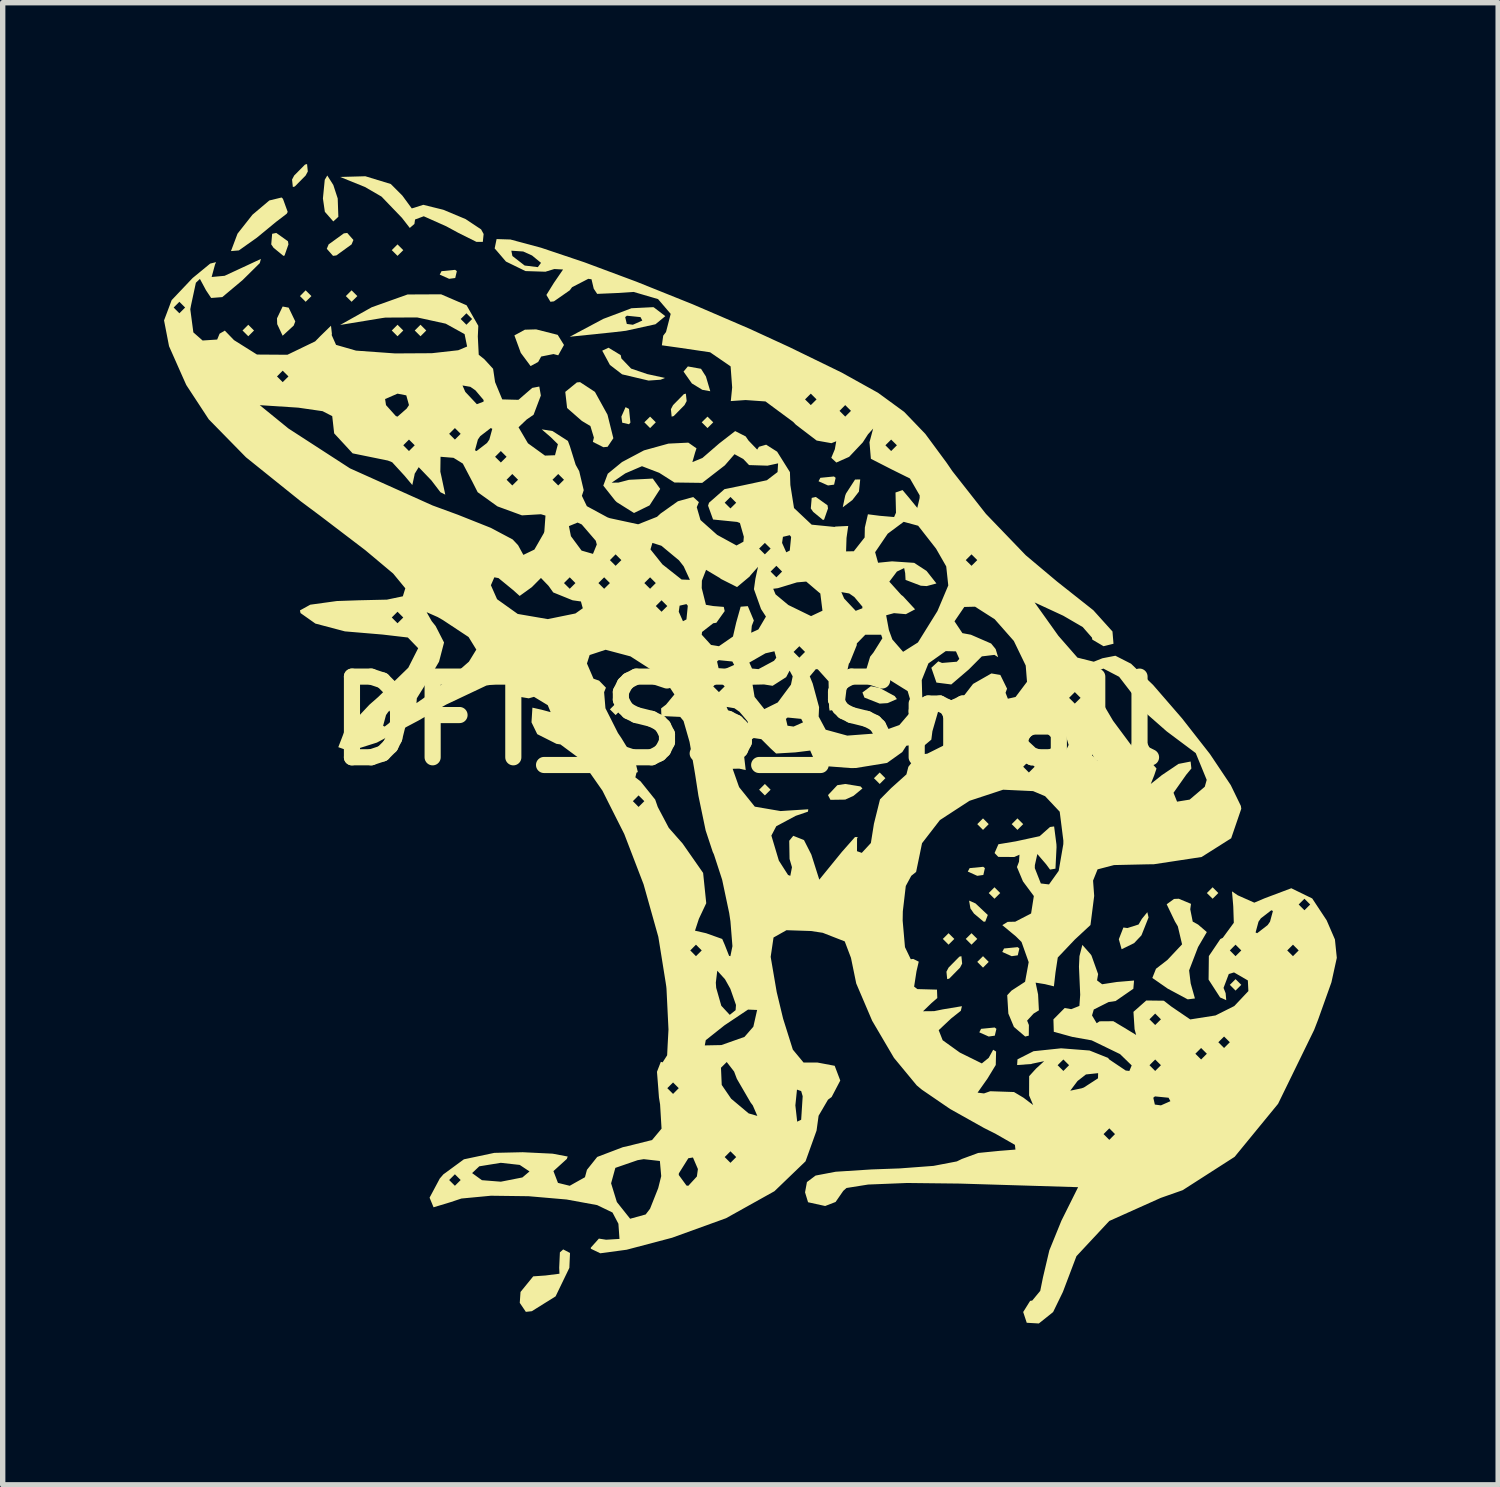
<source format=kicad_pcb>
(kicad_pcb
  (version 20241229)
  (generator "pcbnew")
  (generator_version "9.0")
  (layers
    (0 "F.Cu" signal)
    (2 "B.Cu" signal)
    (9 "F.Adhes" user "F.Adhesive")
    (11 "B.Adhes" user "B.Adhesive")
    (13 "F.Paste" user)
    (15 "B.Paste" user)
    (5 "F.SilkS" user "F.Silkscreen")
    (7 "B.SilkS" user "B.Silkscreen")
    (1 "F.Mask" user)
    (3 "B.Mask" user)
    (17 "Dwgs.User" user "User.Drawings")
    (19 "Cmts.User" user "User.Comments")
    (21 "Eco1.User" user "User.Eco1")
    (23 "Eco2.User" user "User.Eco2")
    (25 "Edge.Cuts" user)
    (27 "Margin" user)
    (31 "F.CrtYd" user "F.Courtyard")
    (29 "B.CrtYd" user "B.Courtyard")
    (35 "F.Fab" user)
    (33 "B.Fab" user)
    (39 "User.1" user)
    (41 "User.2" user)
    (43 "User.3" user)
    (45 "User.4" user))
  (footprint "DFT_SS_Small"
    (layer "F.Cu")
    (at 10.851 10.352)
    (property "Reference" "DFT_SS_Small" (at 0 0 0) (layer "F.SilkS") (effects (font (size 1.5 1.5) (thickness 0.3))))
    (attr board_only exclude_from_pos_files exclude_from_bom)
    (fp_poly (pts (xy -9.178 -7.257) (xy -9.285 -7.15) (xy -9.392 -7.257) (xy -9.285 -7.364)) (stroke (width 0) (type solid)) (fill yes) (layer "F.SilkS"))
    (fp_poly (pts (xy -8.111 -7.897) (xy -8.218 -7.791) (xy -8.324 -7.897) (xy -8.218 -8.004)) (stroke (width 0) (type solid)) (fill yes) (layer "F.SilkS"))
    (fp_poly (pts (xy -7.257 -7.897) (xy -7.364 -7.791) (xy -7.471 -7.897) (xy -7.364 -8.004)) (stroke (width 0) (type solid)) (fill yes) (layer "F.SilkS"))
    (fp_poly (pts (xy -6.403 -8.751) (xy -6.51 -8.645) (xy -6.617 -8.751) (xy -6.51 -8.858)) (stroke (width 0) (type solid)) (fill yes) (layer "F.SilkS"))
    (fp_poly (pts (xy -6.403 -7.257) (xy -6.51 -7.15) (xy -6.617 -7.257) (xy -6.51 -7.364)) (stroke (width 0) (type solid)) (fill yes) (layer "F.SilkS"))
    (fp_poly (pts (xy -5.976 -7.257) (xy -6.083 -7.15) (xy -6.19 -7.257) (xy -6.083 -7.364)) (stroke (width 0) (type solid)) (fill yes) (layer "F.SilkS"))
    (fp_poly (pts (xy -2.348 -0.213) (xy -2.455 -0.107) (xy -2.561 -0.213) (xy -2.455 -0.32)) (stroke (width 0) (type solid)) (fill yes) (layer "F.SilkS"))
    (fp_poly (pts (xy -1.708 -5.55) (xy -1.814 -5.443) (xy -1.921 -5.55) (xy -1.814 -5.656)) (stroke (width 0) (type solid)) (fill yes) (layer "F.SilkS"))
    (fp_poly (pts (xy -0.64 -5.55) (xy -0.747 -5.443) (xy -0.854 -5.55) (xy -0.747 -5.656)) (stroke (width 0) (type solid)) (fill yes) (layer "F.SilkS"))
    (fp_poly (pts (xy 0.427 1.281) (xy 0.32 1.387) (xy 0.213 1.281) (xy 0.32 1.174)) (stroke (width 0) (type solid)) (fill yes) (layer "F.SilkS"))
    (fp_poly (pts (xy 2.348 0) (xy 2.241 0.107) (xy 2.134 0) (xy 2.241 -0.107)) (stroke (width 0) (type solid)) (fill yes) (layer "F.SilkS"))
    (fp_poly (pts (xy 2.561 1.067) (xy 2.455 1.174) (xy 2.348 1.067) (xy 2.455 0.961)) (stroke (width 0) (type solid)) (fill yes) (layer "F.SilkS"))
    (fp_poly (pts (xy 3.842 4.055) (xy 3.735 4.162) (xy 3.629 4.055) (xy 3.735 3.949)) (stroke (width 0) (type solid)) (fill yes) (layer "F.SilkS"))
    (fp_poly (pts (xy 4.269 4.055) (xy 4.162 4.162) (xy 4.055 4.055) (xy 4.162 3.949)) (stroke (width 0) (type solid)) (fill yes) (layer "F.SilkS"))
    (fp_poly (pts (xy 4.482 1.921) (xy 4.376 2.028) (xy 4.269 1.921) (xy 4.376 1.814)) (stroke (width 0) (type solid)) (fill yes) (layer "F.SilkS"))
    (fp_poly (pts (xy 4.482 4.482) (xy 4.376 4.589) (xy 4.269 4.482) (xy 4.376 4.376)) (stroke (width 0) (type solid)) (fill yes) (layer "F.SilkS"))
    (fp_poly (pts (xy 4.696 3.202) (xy 4.589 3.308) (xy 4.482 3.202) (xy 4.589 3.095)) (stroke (width 0) (type solid)) (fill yes) (layer "F.SilkS"))
    (fp_poly (pts (xy 5.123 1.921) (xy 5.016 2.028) (xy 4.909 1.921) (xy 5.016 1.814)) (stroke (width 0) (type solid)) (fill yes) (layer "F.SilkS"))
    (fp_poly (pts (xy 5.763 0.213) (xy 5.656 0.32) (xy 5.55 0.213) (xy 5.656 0.107)) (stroke (width 0) (type solid)) (fill yes) (layer "F.SilkS"))
    (fp_poly (pts (xy 8.751 3.202) (xy 8.645 3.308) (xy 8.538 3.202) (xy 8.645 3.095)) (stroke (width 0) (type solid)) (fill yes) (layer "F.SilkS"))
    (fp_poly (pts (xy 9.178 4.909) (xy 9.071 5.016) (xy 8.965 4.909) (xy 9.071 4.803)) (stroke (width 0) (type solid)) (fill yes) (layer "F.SilkS"))
    (fp_poly (pts (xy -5.407 -8.36) (xy -5.437 -8.233) (xy -5.55 -8.218) (xy -5.725 -8.296) (xy -5.692 -8.36) (xy -5.439 -8.385)) (stroke (width 0) (type solid)) (fill yes) (layer "F.SilkS"))
    (fp_poly (pts (xy -2.206 -5.799) (xy -2.18 -5.545) (xy -2.206 -5.514) (xy -2.332 -5.543) (xy -2.348 -5.656) (xy -2.27 -5.832)) (stroke (width 0) (type solid)) (fill yes) (layer "F.SilkS"))
    (fp_poly (pts (xy 1.636 -4.518) (xy 1.607 -4.391) (xy 1.494 -4.376) (xy 1.318 -4.454) (xy 1.352 -4.518) (xy 1.605 -4.543)) (stroke (width 0) (type solid)) (fill yes) (layer "F.SilkS"))
    (fp_poly (pts (xy 4.411 2.739) (xy 4.382 2.866) (xy 4.269 2.882) (xy 4.093 2.803) (xy 4.127 2.739) (xy 4.38 2.714)) (stroke (width 0) (type solid)) (fill yes) (layer "F.SilkS"))
    (fp_poly (pts (xy 4.625 5.727) (xy 4.595 5.854) (xy 4.482 5.87) (xy 4.307 5.792) (xy 4.34 5.727) (xy 4.593 5.702)) (stroke (width 0) (type solid)) (fill yes) (layer "F.SilkS"))
    (fp_poly (pts (xy 5.052 4.233) (xy 5.022 4.36) (xy 4.909 4.376) (xy 4.734 4.298) (xy 4.767 4.233) (xy 5.02 4.208)) (stroke (width 0) (type solid)) (fill yes) (layer "F.SilkS"))
    (fp_poly (pts (xy -8.534 -7.682) (xy -8.411 -7.426) (xy -8.44 -7.349) (xy -8.646 -7.16) (xy -8.747 -7.375) (xy -8.751 -7.483) (xy -8.646 -7.703)) (stroke (width 0) (type solid)) (fill yes) (layer "F.SilkS"))
    (fp_poly (pts (xy -0.867 -6.545) (xy -0.776 -6.402) (xy -0.695 -6.128) (xy -0.842 -6.154) (xy -1.037 -6.273) (xy -1.192 -6.493) (xy -1.112 -6.589)) (stroke (width 0) (type solid)) (fill yes) (layer "F.SilkS"))
    (fp_poly (pts (xy 2.069 -4.262) (xy 1.947 -4.105) (xy 1.768 -3.97) (xy 1.813 -4.184) (xy 1.828 -4.225) (xy 1.997 -4.486) (xy 2.093 -4.488)) (stroke (width 0) (type solid)) (fill yes) (layer "F.SilkS"))
    (fp_poly (pts (xy 4.236 3.395) (xy 4.465 3.61) (xy 4.418 3.733) (xy 4.388 3.735) (xy 4.208 3.584) (xy 4.142 3.489) (xy 4.117 3.343)) (stroke (width 0) (type solid)) (fill yes) (layer "F.SilkS"))
    (fp_poly (pts (xy -8.547 -8.916) (xy -8.538 -8.858) (xy -8.611 -8.65) (xy -8.632 -8.645) (xy -8.814 -8.794) (xy -8.858 -8.858) (xy -8.841 -9.055) (xy -8.764 -9.071)) (stroke (width 0) (type solid)) (fill yes) (layer "F.SilkS"))
    (fp_poly (pts (xy -8.178 -10.214) (xy -8.218 -10.139) (xy -8.419 -9.935) (xy -8.456 -9.925) (xy -8.471 -10.063) (xy -8.431 -10.139) (xy -8.23 -10.342) (xy -8.192 -10.352)) (stroke (width 0) (type solid)) (fill yes) (layer "F.SilkS"))
    (fp_poly (pts (xy -7.704 -9.963) (xy -7.622 -9.712) (xy -7.61 -9.371) (xy -7.704 -9.285) (xy -7.861 -9.464) (xy -7.897 -9.712) (xy -7.863 -10.059) (xy -7.816 -10.139)) (stroke (width 0) (type solid)) (fill yes) (layer "F.SilkS"))
    (fp_poly (pts (xy -7.33 -8.94) (xy -7.364 -8.858) (xy -7.647 -8.653) (xy -7.709 -8.645) (xy -7.825 -8.776) (xy -7.791 -8.858) (xy -7.508 -9.063) (xy -7.445 -9.071)) (stroke (width 0) (type solid)) (fill yes) (layer "F.SilkS"))
    (fp_poly (pts (xy -1.134 -5.945) (xy -1.174 -5.87) (xy -1.375 -5.666) (xy -1.413 -5.656) (xy -1.427 -5.794) (xy -1.387 -5.87) (xy -1.186 -6.074) (xy -1.149 -6.083)) (stroke (width 0) (type solid)) (fill yes) (layer "F.SilkS"))
    (fp_poly (pts (xy 1.485 -4.007) (xy 1.494 -3.949) (xy 1.421 -3.741) (xy 1.4 -3.735) (xy 1.218 -3.885) (xy 1.174 -3.949) (xy 1.191 -4.145) (xy 1.268 -4.162)) (stroke (width 0) (type solid)) (fill yes) (layer "F.SilkS"))
    (fp_poly (pts (xy 2.099 1.22) (xy 2.134 1.258) (xy 1.968 1.395) (xy 1.814 1.465) (xy 1.539 1.469) (xy 1.494 1.381) (xy 1.667 1.197) (xy 1.814 1.174)) (stroke (width 0) (type solid)) (fill yes) (layer "F.SilkS"))
    (fp_poly (pts (xy 2.455 -0.611) (xy 2.735 -0.459) (xy 2.775 -0.404) (xy 2.6 -0.329) (xy 2.455 -0.32) (xy 2.171 -0.432) (xy 2.134 -0.527) (xy 2.291 -0.644)) (stroke (width 0) (type solid)) (fill yes) (layer "F.SilkS"))
    (fp_poly (pts (xy 3.988 4.514) (xy 3.949 4.589) (xy 3.748 4.793) (xy 3.71 4.803) (xy 3.696 4.665) (xy 3.735 4.589) (xy 3.936 4.385) (xy 3.974 4.376)) (stroke (width 0) (type solid)) (fill yes) (layer "F.SilkS"))
    (fp_poly (pts (xy 7.454 3.656) (xy 7.322 3.988) (xy 7.186 4.133) (xy 6.953 4.247) (xy 6.901 4.061) (xy 6.986 3.843) (xy 7.061 3.853) (xy 7.268 3.787) (xy 7.329 3.683) (xy 7.431 3.558)) (stroke (width 0) (type solid)) (fill yes) (layer "F.SilkS"))
    (fp_poly (pts (xy -3.532 -7.176) (xy -3.415 -6.988) (xy -3.522 -6.796) (xy -3.61 -6.819) (xy -3.839 -6.773) (xy -3.895 -6.672) (xy -4.036 -6.596) (xy -4.218 -6.841) (xy -4.337 -7.166) (xy -4.142 -7.272) (xy -3.933 -7.278)) (stroke (width 0) (type solid)) (fill yes) (layer "F.SilkS"))
    (fp_poly (pts (xy -2.36 -6.799) (xy -2.348 -6.738) (xy -2.167 -6.549) (xy -1.868 -6.447) (xy -1.537 -6.375) (xy -1.619 -6.342) (xy -1.842 -6.326) (xy -2.334 -6.442) (xy -2.561 -6.617) (xy -2.704 -6.882) (xy -2.587 -6.937)) (stroke (width 0) (type solid)) (fill yes) (layer "F.SilkS"))
    (fp_poly (pts (xy -8.64 -9.705) (xy -8.552 -9.462) (xy -8.57 -9.428) (xy -8.769 -9.276) (xy -9.125 -8.983) (xy -9.46 -8.746) (xy -9.605 -8.734) (xy -9.605 -8.738) (xy -9.485 -9.057) (xy -9.207 -9.41) (xy -8.893 -9.675) (xy -8.665 -9.73)) (stroke (width 0) (type solid)) (fill yes) (layer "F.SilkS"))
    (fp_poly (pts (xy -3.303 9.894) (xy -3.315 10.171) (xy -3.571 10.701) (xy -4.013 10.977) (xy -4.124 10.989) (xy -4.237 10.822) (xy -4.223 10.619) (xy -3.987 10.329) (xy -3.759 10.313) (xy -3.499 10.28) (xy -3.504 10.168) (xy -3.491 9.883) (xy -3.43 9.828)) (stroke (width 0) (type solid)) (fill yes) (layer "F.SilkS"))
    (fp_poly (pts (xy -2.84 -6.116) (xy -2.606 -5.692) (xy -2.497 -5.254) (xy -2.604 -5.095) (xy -2.682 -5.087) (xy -2.878 -5.186) (xy -2.859 -5.266) (xy -2.924 -5.481) (xy -3.081 -5.574) (xy -3.357 -5.816) (xy -3.391 -6.116) (xy -3.175 -6.292) (xy -3.116 -6.297)) (stroke (width 0) (type solid)) (fill yes) (layer "F.SilkS"))
    (fp_poly (pts (xy -1.744 -7.687) (xy -1.531 -7.524) (xy -1.714 -7.373) (xy -2.264 -7.252) (xy -2.501 -7.224) (xy -3.308 -7.141) (xy -2.682 -7.474) (xy -2.596 -7.506) (xy -2.277 -7.506) (xy -2.247 -7.379) (xy -2.134 -7.364) (xy -1.959 -7.442) (xy -1.992 -7.506) (xy -2.245 -7.532) (xy -2.277 -7.506) (xy -2.596 -7.506) (xy -2.16 -7.671) (xy -1.757 -7.691)) (stroke (width 0) (type solid)) (fill yes) (layer "F.SilkS"))
    (fp_poly (pts (xy 8.243 3.403) (xy 8.229 3.504) (xy 8.275 3.733) (xy 8.376 3.789) (xy 8.537 3.928) (xy 8.374 4.207) (xy 8.208 4.64) (xy 8.237 4.882) (xy 8.316 5.162) (xy 8.182 5.179) (xy 7.809 4.979) (xy 7.524 4.781) (xy 7.592 4.61) (xy 7.803 4.447) (xy 8.077 4.156) (xy 7.998 3.821) (xy 7.944 3.73) (xy 7.791 3.411) (xy 7.927 3.312) (xy 8.015 3.308)) (stroke (width 0) (type solid)) (fill yes) (layer "F.SilkS"))
    (fp_poly (pts (xy -6.636 -9.981) (xy -6.42 -9.765) (xy -6.245 -9.527) (xy -6.196 -9.541) (xy -6.031 -9.594) (xy -5.659 -9.502) (xy -5.245 -9.329) (xy -4.956 -9.137) (xy -4.909 -9.051) (xy -4.924 -8.905) (xy -5.043 -8.905) (xy -5.38 -9.073) (xy -5.603 -9.194) (xy -6.022 -9.381) (xy -6.184 -9.321) (xy -6.196 -9.238) (xy -6.282 -9.164) (xy -6.428 -9.352) (xy -6.808 -9.747) (xy -7.115 -9.925) (xy -7.577 -10.112) (xy -7.108 -10.125)) (stroke (width 0) (type solid)) (fill yes) (layer "F.SilkS"))
    (fp_poly (pts (xy -4.411 -8.949) (xy -3.841 -8.796) (xy -3.035 -8.525) (xy -2.069 -8.165) (xy -1.021 -7.744) (xy 0.034 -7.29) (xy 0.775 -6.949) (xy 1.746 -6.476) (xy 2.424 -6.099) (xy 2.91 -5.744) (xy 3.303 -5.335) (xy 3.7 -4.797) (xy 3.806 -4.642) (xy 4.43 -3.848) (xy 5.171 -3.078) (xy 5.752 -2.59) (xy 6.427 -2.056) (xy 6.783 -1.661) (xy 6.802 -1.433) (xy 6.617 -1.387) (xy 6.408 -1.51) (xy 6.402 -1.547) (xy 6.229 -1.744) (xy 5.868 -1.954) (xy 5.335 -2.201) (xy 5.777 -1.581) (xy 6.132 -1.175) (xy 6.435 -1.099) (xy 6.596 -1.163) (xy 6.837 -1.21) (xy 7.128 -1.062) (xy 7.538 -0.667) (xy 8.076 -0.046) (xy 8.595 0.617) (xy 8.982 1.195) (xy 9.17 1.582) (xy 9.178 1.635) (xy 8.99 2.184) (xy 8.44 2.532) (xy 7.551 2.667) (xy 7.441 2.668) (xy 6.812 2.682) (xy 6.506 2.762) (xy 6.422 2.971) (xy 6.443 3.255) (xy 6.374 3.797) (xy 6.083 4.067) (xy 5.766 4.401) (xy 5.724 4.676) (xy 5.694 4.937) (xy 5.528 4.896) (xy 5.354 4.868) (xy 5.4 5.088) (xy 5.415 5.383) (xy 5.317 5.443) (xy 5.196 5.574) (xy 5.229 5.656) (xy 5.227 5.854) (xy 5.16 5.87) (xy 4.951 5.692) (xy 4.847 5.443) (xy 4.826 5.102) (xy 4.906 5.016) (xy 5.158 4.852) (xy 5.225 4.487) (xy 5.092 4.112) (xy 4.987 4.008) (xy 4.735 3.799) (xy 4.835 3.738) (xy 4.975 3.735) (xy 5.27 3.582) (xy 5.321 3.258) (xy 5.119 2.986) (xy 5.007 2.719) (xy 5.045 2.62) (xy 5.054 2.489) (xy 4.957 2.532) (xy 4.66 2.53) (xy 4.591 2.458) (xy 4.662 2.295) (xy 4.986 2.241) (xy 5.429 2.145) (xy 5.622 1.974) (xy 5.698 1.964) (xy 5.741 2.297) (xy 5.743 2.348) (xy 5.723 2.749) (xy 5.622 2.766) (xy 5.55 2.668) (xy 5.386 2.477) (xy 5.34 2.684) (xy 5.339 2.739) (xy 5.451 3.024) (xy 5.603 3.042) (xy 5.783 2.79) (xy 5.869 2.293) (xy 5.87 2.229) (xy 5.802 1.69) (xy 5.53 1.401) (xy 5.307 1.307) (xy 4.75 1.281) (xy 4.125 1.487) (xy 3.575 1.845) (xy 3.242 2.276) (xy 3.202 2.472) (xy 3.132 2.81) (xy 3.042 2.882) (xy 2.94 3.071) (xy 2.885 3.542) (xy 2.882 3.715) (xy 2.925 4.208) (xy 3.033 4.433) (xy 3.078 4.427) (xy 3.181 4.478) (xy 3.139 4.658) (xy 3.095 4.942) (xy 3.156 4.988) (xy 3.52 4.998) (xy 3.526 5.154) (xy 3.415 5.251) (xy 3.261 5.4) (xy 3.467 5.398) (xy 3.629 5.365) (xy 3.984 5.306) (xy 3.963 5.392) (xy 3.785 5.533) (xy 3.552 5.752) (xy 3.626 5.939) (xy 3.945 6.168) (xy 4.354 6.37) (xy 4.482 6.266) (xy 4.565 6.116) (xy 4.619 6.149) (xy 4.613 6.399) (xy 4.459 6.652) (xy 4.275 6.913) (xy 4.394 6.928) (xy 4.51 6.887) (xy 4.952 6.902) (xy 5.128 7.007) (xy 5.308 7.144) (xy 5.251 7.008) (xy 7.542 7.008) (xy 7.571 7.135) (xy 7.684 7.15) (xy 7.86 7.072) (xy 7.826 7.008) (xy 7.573 6.983) (xy 7.542 7.008) (xy 5.251 7.008) (xy 5.233 6.966) (xy 5.233 6.877) (xy 5.998 6.877) (xy 6.212 6.832) (xy 6.252 6.817) (xy 6.514 6.647) (xy 6.516 6.551) (xy 6.29 6.575) (xy 6.133 6.697) (xy 5.998 6.877) (xy 5.233 6.877) (xy 5.234 6.607) (xy 5.362 6.466) (xy 5.431 6.403) (xy 5.763 6.403) (xy 5.87 6.51) (xy 5.976 6.403) (xy 5.87 6.297) (xy 5.763 6.403) (xy 5.431 6.403) (xy 5.513 6.328) (xy 5.289 6.375) (xy 5.272 6.381) (xy 5.01 6.4) (xy 5.017 6.294) (xy 5.315 6.143) (xy 5.828 6.089) (xy 6.357 6.13) (xy 6.7 6.267) (xy 6.724 6.297) (xy 7.029 6.502) (xy 7.097 6.51) (xy 7.14 6.408) (xy 7.136 6.403) (xy 7.471 6.403) (xy 7.577 6.51) (xy 7.684 6.403) (xy 7.577 6.297) (xy 7.471 6.403) (xy 7.136 6.403) (xy 6.924 6.197) (xy 6.91 6.19) (xy 8.324 6.19) (xy 8.431 6.297) (xy 8.538 6.19) (xy 8.431 6.083) (xy 8.324 6.19) (xy 6.91 6.19) (xy 6.469 5.976) (xy 8.751 5.976) (xy 8.858 6.083) (xy 8.965 5.976) (xy 8.858 5.87) (xy 8.751 5.976) (xy 6.469 5.976) (xy 6.396 5.941) (xy 6.037 5.877) (xy 5.692 5.782) (xy 5.685 5.551) (xy 5.894 5.34) (xy 6.016 5.361) (xy 6.168 5.301) (xy 6.183 5.093) (xy 6.16 4.572) (xy 6.169 4.376) (xy 6.223 4.166) (xy 6.376 4.34) (xy 6.393 4.365) (xy 6.516 4.709) (xy 6.496 4.826) (xy 6.591 4.898) (xy 6.863 4.856) (xy 7.184 4.829) (xy 7.171 4.982) (xy 6.841 5.21) (xy 6.711 5.229) (xy 6.435 5.368) (xy 6.403 5.478) (xy 6.489 5.622) (xy 6.544 5.587) (xy 6.799 5.585) (xy 7.012 5.712) (xy 7.223 5.841) (xy 7.194 5.734) (xy 7.182 5.55) (xy 7.471 5.55) (xy 7.577 5.656) (xy 7.684 5.55) (xy 7.577 5.443) (xy 7.471 5.55) (xy 7.182 5.55) (xy 7.173 5.411) (xy 7.411 5.2) (xy 7.738 5.204) (xy 7.878 5.313) (xy 8.229 5.552) (xy 8.699 5.478) (xy 9.048 5.303) (xy 9.31 5.025) (xy 9.3 4.827) (xy 9.043 4.678) (xy 8.946 4.707) (xy 8.848 4.966) (xy 8.887 5.064) (xy 8.898 5.194) (xy 8.784 5.143) (xy 8.57 4.812) (xy 8.575 4.374) (xy 8.646 4.269) (xy 8.965 4.269) (xy 9.071 4.376) (xy 9.178 4.269) (xy 10.032 4.269) (xy 10.139 4.376) (xy 10.245 4.269) (xy 10.139 4.162) (xy 10.032 4.269) (xy 9.178 4.269) (xy 9.071 4.162) (xy 8.965 4.269) (xy 8.646 4.269) (xy 8.789 4.057) (xy 8.834 4.035) (xy 8.907 3.935) (xy 9.444 3.935) (xy 9.473 3.949) (xy 9.668 3.798) (xy 9.712 3.735) (xy 9.766 3.536) (xy 9.737 3.522) (xy 9.542 3.672) (xy 9.498 3.735) (xy 9.444 3.935) (xy 8.907 3.935) (xy 9.039 3.755) (xy 9.029 3.455) (xy 9.026 3.415) (xy 10.245 3.415) (xy 10.352 3.522) (xy 10.459 3.415) (xy 10.352 3.308) (xy 10.245 3.415) (xy 9.026 3.415) (xy 9.005 3.171) (xy 9.112 3.244) (xy 9.42 3.381) (xy 9.611 3.3) (xy 10.108 3.113) (xy 10.497 3.303) (xy 10.765 3.709) (xy 10.919 4.065) (xy 10.954 4.407) (xy 10.854 4.862) (xy 10.606 5.557) (xy 10.532 5.748) (xy 9.862 7.121) (xy 9.054 8.107) (xy 8.088 8.727) (xy 7.681 8.87) (xy 6.724 9.299) (xy 6.113 9.954) (xy 5.861 10.619) (xy 5.679 10.993) (xy 5.414 11.205) (xy 5.189 11.192) (xy 5.123 10.992) (xy 5.252 10.785) (xy 5.291 10.779) (xy 5.44 10.599) (xy 5.491 10.347) (xy 5.609 9.846) (xy 5.834 9.293) (xy 6.144 8.671) (xy 3.943 8.604) (xy 2.964 8.593) (xy 2.24 8.622) (xy 1.838 8.686) (xy 1.778 8.739) (xy 1.635 8.946) (xy 1.441 9.021) (xy 1.123 8.951) (xy 1.067 8.767) (xy 1.102 8.576) (xy 1.263 8.455) (xy 1.636 8.384) (xy 2.303 8.341) (xy 2.828 8.322) (xy 3.455 8.275) (xy 3.889 8.192) (xy 3.984 8.146) (xy 4.286 8.035) (xy 4.678 7.996) (xy 4.979 7.972) (xy 4.969 7.884) (xy 4.619 7.684) (xy 6.617 7.684) (xy 6.724 7.791) (xy 6.83 7.684) (xy 6.724 7.577) (xy 6.617 7.684) (xy 4.619 7.684) (xy 4.616 7.682) (xy 4.394 7.57) (xy 3.764 7.217) (xy 3.239 6.858) (xy 3.144 6.779) (xy 2.72 6.266) (xy 2.315 5.577) (xy 2.019 4.884) (xy 1.921 4.407) (xy 1.805 4.101) (xy 1.395 3.941) (xy 1.174 3.908) (xy 0.722 3.893) (xy 0.481 4.029) (xy 0.428 4.389) (xy 0.54 5.043) (xy 0.659 5.537) (xy 0.84 6.113) (xy 1.039 6.353) (xy 1.3 6.354) (xy 1.618 6.414) (xy 1.722 6.688) (xy 1.561 6.995) (xy 1.494 7.044) (xy 1.319 7.343) (xy 1.281 7.619) (xy 1.076 8.19) (xy 0.498 8.746) (xy -0.402 9.248) (xy -1.405 9.611) (xy -2.25 9.834) (xy -2.74 9.9) (xy -2.915 9.816) (xy -2.917 9.796) (xy -2.766 9.627) (xy -2.632 9.648) (xy -2.383 9.633) (xy -2.403 9.351) (xy -2.513 9.142) (xy -2.799 9.004) (xy -3.367 8.9) (xy -4.073 8.839) (xy -4.773 8.83) (xy -5.322 8.882) (xy -5.526 8.95) (xy -5.84 9.045) (xy -5.914 8.866) (xy -5.739 8.538) (xy -5.55 8.538) (xy -5.443 8.645) (xy -5.336 8.538) (xy -5.443 8.431) (xy -5.55 8.538) (xy -5.739 8.538) (xy -5.725 8.511) (xy -5.657 8.432) (xy -5.625 8.409) (xy -5.123 8.409) (xy -4.941 8.541) (xy -4.589 8.569) (xy -4.188 8.49) (xy -4.056 8.378) (xy -4.238 8.257) (xy -4.589 8.218) (xy -4.99 8.283) (xy -5.123 8.409) (xy -5.625 8.409) (xy -5.276 8.153) (xy -4.71 8.033) (xy -4.182 8.021) (xy -3.626 8.048) (xy -3.346 8.101) (xy -3.362 8.146) (xy -3.611 8.372) (xy -3.527 8.591) (xy -3.308 8.645) (xy -3.227 8.599) (xy -2.539 8.599) (xy -2.432 8.947) (xy -2.185 9.258) (xy -1.896 9.178) (xy -1.815 9.072) (xy -1.663 8.689) (xy -1.607 8.465) (xy -1.609 8.444) (xy -1.281 8.444) (xy -1.137 8.641) (xy -1.103 8.645) (xy -0.944 8.472) (xy -0.925 8.334) (xy -1.017 8.119) (xy -1.103 8.133) (xy -1.279 8.414) (xy -1.281 8.444) (xy -1.609 8.444) (xy -1.632 8.184) (xy -1.932 8.15) (xy -2.046 8.169) (xy -2.46 8.312) (xy -2.539 8.599) (xy -3.227 8.599) (xy -3.025 8.486) (xy -2.988 8.348) (xy -2.799 8.111) (xy -0.427 8.111) (xy -0.32 8.218) (xy -0.213 8.111) (xy -0.32 8.004) (xy -0.427 8.111) (xy -2.799 8.111) (xy -2.798 8.109) (xy -2.319 7.927) (xy -2.256 7.914) (xy -1.777 7.794) (xy -1.601 7.583) (xy -1.628 7.132) (xy -1.649 7.004) (xy -1.662 6.83) (xy -1.494 6.83) (xy -1.387 6.937) (xy -1.281 6.83) (xy -1.387 6.724) (xy -1.494 6.83) (xy -1.662 6.83) (xy -1.686 6.526) (xy -1.657 6.45) (xy -0.496 6.45) (xy -0.482 6.77) (xy -0.307 7.026) (xy 0.018 7.299) (xy 0.18 7.346) (xy 0.096 7.152) (xy 0.095 7.15) (xy 0.887 7.15) (xy 0.921 7.453) (xy 0.995 7.417) (xy 1.023 6.98) (xy 0.995 6.884) (xy 0.917 6.857) (xy 0.887 7.15) (xy 0.095 7.15) (xy 0.055 7.097) (xy -0.201 6.656) (xy -0.252 6.521) (xy -0.389 6.344) (xy -0.496 6.45) (xy -1.657 6.45) (xy -1.614 6.34) (xy -1.581 6.35) (xy -1.497 6.219) (xy -1.488 6.035) (xy -0.797 6.035) (xy -0.497 6.029) (xy -0.486 6.028) (xy -0.059 5.877) (xy 0.106 5.687) (xy 0.176 5.376) (xy 0.007 5.369) (xy -0.43 5.661) (xy -0.779 5.938) (xy -0.797 6.035) (xy -1.488 6.035) (xy -1.472 5.739) (xy -1.509 4.983) (xy -1.513 4.942) (xy -1.524 4.868) (xy -0.592 4.868) (xy -0.585 4.965) (xy -0.49 5.298) (xy -0.333 5.467) (xy -0.224 5.38) (xy -0.217 5.283) (xy -0.322 4.982) (xy -0.421 4.805) (xy -0.565 4.646) (xy -0.592 4.868) (xy -1.524 4.868) (xy -1.62 4.269) (xy -1.067 4.269) (xy -0.961 4.376) (xy -0.854 4.269) (xy -0.961 4.162) (xy -1.067 4.269) (xy -1.62 4.269) (xy -1.661 4.016) (xy -1.935 3.04) (xy -2.294 2.105) (xy -2.602 1.494) (xy -2.134 1.494) (xy -2.028 1.601) (xy -1.921 1.494) (xy -2.028 1.387) (xy -2.134 1.494) (xy -2.602 1.494) (xy -2.699 1.3) (xy -3.108 0.715) (xy -3.481 0.439) (xy -3.555 0.428) (xy -3.912 0.248) (xy -4.019 0.028) (xy -4.002 -0.245) (xy -3.83 -0.206) (xy -3.663 -0.161) (xy -3.717 -0.291) (xy -3.973 -0.446) (xy -4.07 -0.418) (xy -4.256 -0.449) (xy -4.269 -0.521) (xy -4.415 -0.728) (xy -4.857 -0.656) (xy -5.605 -0.302) (xy -6.12 -0.005) (xy -6.894 0.405) (xy -7.4 0.565) (xy -7.611 0.49) (xy -7.498 0.196) (xy -7.401 0.093) (xy -6.778 0.093) (xy -6.749 0.107) (xy -6.554 -0.044) (xy -6.51 -0.107) (xy -6.456 -0.306) (xy -6.485 -0.32) (xy -6.68 -0.17) (xy -6.724 -0.107) (xy -6.778 0.093) (xy -7.401 0.093) (xy -7.033 -0.299) (xy -6.999 -0.329) (xy -6.158 -0.329) (xy -5.92 -0.494) (xy -5.867 -0.534) (xy -5.424 -0.888) (xy -5.221 -1.066) (xy -2.988 -1.066) (xy -2.866 -0.783) (xy -2.762 -0.747) (xy -2.635 -0.616) (xy -2.669 -0.532) (xy -2.644 -0.234) (xy -2.412 0.226) (xy -2.347 0.322) (xy -2.096 0.732) (xy -2.042 0.952) (xy -2.067 0.964) (xy -2.088 1.051) (xy -1.991 1.126) (xy -1.719 1.465) (xy -1.671 1.603) (xy -1.466 1.991) (xy -1.21 2.281) (xy -0.828 2.828) (xy -0.77 3.391) (xy -0.907 3.682) (xy -0.979 3.902) (xy -0.773 3.949) (xy -0.473 4.056) (xy -0.427 4.162) (xy -0.345 4.37) (xy -0.321 4.376) (xy -0.283 4.19) (xy -0.32 3.728) (xy -0.343 3.575) (xy -0.474 2.955) (xy -0.628 2.482) (xy -0.649 2.438) (xy -0.781 2.038) (xy -0.915 1.395) (xy -0.975 1.006) (xy -0.994 0.892) (xy -0.279 0.892) (xy -0.164 1.219) (xy -0.155 1.238) (xy 0.133 1.596) (xy 0.612 1.678) (xy 0.732 1.67) (xy 1.127 1.645) (xy 1.121 1.689) (xy 0.895 1.766) (xy 0.532 1.96) (xy 0.441 2.134) (xy 0.58 2.599) (xy 0.751 2.866) (xy 0.793 2.882) (xy 0.824 2.722) (xy 0.779 2.568) (xy 0.773 2.23) (xy 0.848 2.138) (xy 1.047 2.217) (xy 1.184 2.487) (xy 1.332 2.953) (xy 1.752 2.437) (xy 1.996 2.161) (xy 2.047 2.161) (xy 2.034 2.188) (xy 2.033 2.424) (xy 2.122 2.455) (xy 2.291 2.272) (xy 2.348 1.914) (xy 2.461 1.46) (xy 2.668 1.251) (xy 2.952 0.996) (xy 2.988 0.855) (xy 2.989 0.854) (xy 5.123 0.854) (xy 5.229 0.961) (xy 5.336 0.854) (xy 5.229 0.747) (xy 5.123 0.854) (xy 2.989 0.854) (xy 3.155 0.64) (xy 6.403 0.64) (xy 6.51 0.747) (xy 6.617 0.64) (xy 6.51 0.534) (xy 6.403 0.64) (xy 3.155 0.64) (xy 3.16 0.634) (xy 3.339 0.611) (xy 3.645 0.458) (xy 3.675 0.361) (xy 5.2 0.361) (xy 5.353 0.503) (xy 5.476 0.55) (xy 5.878 0.635) (xy 5.968 0.448) (xy 5.898 0.213) (xy 6.403 0.213) (xy 6.51 0.32) (xy 6.617 0.213) (xy 6.51 0.107) (xy 6.403 0.213) (xy 5.898 0.213) (xy 5.894 0.199) (xy 5.733 -0.035) (xy 5.47 0.085) (xy 5.42 0.126) (xy 5.2 0.361) (xy 3.675 0.361) (xy 3.729 0.182) (xy 3.884 -0.29) (xy 4.191 -0.686) (xy 4.532 -0.881) (xy 4.698 -0.853) (xy 4.823 -0.598) (xy 4.795 -0.521) (xy 4.838 -0.411) (xy 4.91 -0.427) (xy 5.976 -0.427) (xy 6.083 -0.32) (xy 6.19 -0.427) (xy 6.083 -0.534) (xy 5.976 -0.427) (xy 4.91 -0.427) (xy 4.981 -0.443) (xy 5.194 -0.726) (xy 5.188 -0.8) (xy 6.404 -0.8) (xy 6.52 -0.466) (xy 6.794 -0.001) (xy 7.124 0.443) (xy 7.405 0.718) (xy 7.48 0.747) (xy 7.602 0.887) (xy 7.559 1.014) (xy 7.495 1.174) (xy 7.684 1.024) (xy 7.695 1.014) (xy 8.011 0.801) (xy 8.236 0.757) (xy 8.25 0.887) (xy 8.154 1.003) (xy 7.918 1.338) (xy 7.984 1.503) (xy 8.218 1.465) (xy 8.499 1.226) (xy 8.535 1.098) (xy 8.331 0.6) (xy 7.791 0.196) (xy 7.355 -0.187) (xy 7.153 -0.498) (xy 6.906 -0.819) (xy 6.614 -0.971) (xy 6.421 -0.894) (xy 6.404 -0.8) (xy 5.188 -0.8) (xy 5.17 -1.028) (xy 4.949 -1.485) (xy 4.593 -1.889) (xy 4.228 -2.122) (xy 4.028 -2.117) (xy 3.846 -1.85) (xy 3.993 -1.63) (xy 4.15 -1.601) (xy 4.527 -1.437) (xy 4.611 -1.334) (xy 4.657 -1.183) (xy 4.589 -1.226) (xy 4.354 -1.198) (xy 4.113 -0.956) (xy 3.786 -0.676) (xy 3.51 -0.711) (xy 3.415 -0.986) (xy 3.545 -1.106) (xy 3.614 -1.076) (xy 3.89 -1.099) (xy 3.935 -1.152) (xy 3.873 -1.291) (xy 3.683 -1.296) (xy 3.361 -1.068) (xy 3.237 -0.757) (xy 3.247 -0.422) (xy 3.433 -0.438) (xy 3.609 -0.471) (xy 3.558 -0.231) (xy 3.435 0.194) (xy 3.415 0.35) (xy 3.283 0.461) (xy 3.2 0.426) (xy 2.95 0.464) (xy 2.875 0.581) (xy 2.592 0.783) (xy 2.014 0.877) (xy 1.925 0.879) (xy 1.401 0.839) (xy 1.204 0.72) (xy 1.217 0.677) (xy 1.163 0.553) (xy 0.887 0.587) (xy 0.529 0.608) (xy 0.427 0.514) (xy 0.254 0.341) (xy 0.113 0.32) (xy -0.1 0.456) (xy -0.064 0.675) (xy -0.036 0.916) (xy -0.157 0.889) (xy -0.279 0.892) (xy -0.994 0.892) (xy -1.08 0.393) (xy -1.192 0.003) (xy -1.254 -0.073) (xy -1.604 -0.089) (xy -1.609 -0.231) (xy -1.573 -0.259) (xy -0.392 -0.259) (xy -0.341 -0.14) (xy -0.126 0.089) (xy -0.002 0.042) (xy -0.000001 0.013) (xy -0.04 -0.036) (xy 0.711 -0.036) (xy 0.741 0.091) (xy 0.854 0.107) (xy 1.029 0.029) (xy 0.996 -0.036) (xy 0.743 -0.061) (xy 0.711 -0.036) (xy -0.04 -0.036) (xy -0.152 -0.168) (xy -0.246 -0.234) (xy -0.392 -0.259) (xy -1.573 -0.259) (xy -1.518 -0.301) (xy -1.362 -0.49) (xy -1.461 -0.64) (xy -0.64 -0.64) (xy -0.534 -0.534) (xy -0.427 -0.64) (xy -0.457 -0.671) (xy 0.091 -0.671) (xy 0.129 -0.445) (xy 0.31 -0.218) (xy 0.559 -0.341) (xy 0.805 -0.672) (xy 0.837 -0.826) (xy 1.155 -0.826) (xy 1.209 -0.694) (xy 1.328 -0.254) (xy 1.32 -0.08) (xy 1.451 0.165) (xy 1.852 0.275) (xy 2.383 0.235) (xy 2.82 0.079) (xy 3.073 -0.216) (xy 2.975 -0.552) (xy 2.568 -0.806) (xy 2.511 -0.822) (xy 2.207 -0.959) (xy 2.277 -1.192) (xy 2.339 -1.27) (xy 2.505 -1.535) (xy 2.481 -1.601) (xy 2.188 -1.601) (xy 2.03 -1.439) (xy 2.028 -1.405) (xy 1.896 -1.078) (xy 1.882 -1.064) (xy 1.814 -0.761) (xy 1.844 -0.641) (xy 1.803 -0.303) (xy 1.717 -0.219) (xy 1.523 -0.19) (xy 1.514 -0.251) (xy 1.504 -0.735) (xy 1.304 -0.957) (xy 1.268 -0.961) (xy 1.155 -0.826) (xy 0.837 -0.826) (xy 0.837 -0.827) (xy 0.78 -0.933) (xy 0.716 -0.812) (xy 0.464 -0.651) (xy 0.304 -0.676) (xy 0.091 -0.671) (xy -0.457 -0.671) (xy -0.534 -0.747) (xy -0.64 -0.64) (xy -1.461 -0.64) (xy -1.53 -0.745) (xy -1.668 -0.87) (xy -2.031 -1.103) (xy -0.569 -1.103) (xy -0.54 -0.976) (xy -0.427 -0.961) (xy -0.251 -1.039) (xy -0.274 -1.083) (xy 0.031 -1.083) (xy 0.081 -0.972) (xy 0.201 -0.961) (xy 0.49 -1.116) (xy 0.532 -1.172) (xy 0.501 -1.281) (xy 0.854 -1.281) (xy 0.961 -1.174) (xy 1.067 -1.281) (xy 0.961 -1.387) (xy 0.854 -1.281) (xy 0.501 -1.281) (xy 0.498 -1.293) (xy 0.331 -1.255) (xy 0.031 -1.083) (xy -0.274 -1.083) (xy -0.285 -1.103) (xy -0.538 -1.128) (xy -0.569 -1.103) (xy -2.031 -1.103) (xy -2.179 -1.198) (xy -2.641 -1.321) (xy -2.938 -1.223) (xy -2.988 -1.066) (xy -5.221 -1.066) (xy -5.183 -1.099) (xy -5.045 -1.324) (xy -5.189 -1.558) (xy -5.667 -1.874) (xy -5.763 -1.929) (xy -5.969 -2.02) (xy -5.875 -1.854) (xy -5.802 -1.763) (xy -5.645 -1.456) (xy -5.738 -1.099) (xy -5.905 -0.815) (xy -6.151 -0.419) (xy -6.158 -0.329) (xy -6.999 -0.329) (xy -6.869 -0.443) (xy -6.31 -0.987) (xy -6.126 -1.35) (xy -6.318 -1.549) (xy -6.789 -1.604) (xy -7.488 -1.663) (xy -8.037 -1.808) (xy -8.197 -1.921) (xy -6.617 -1.921) (xy -6.51 -1.814) (xy -6.403 -1.921) (xy -6.51 -2.028) (xy -6.617 -1.921) (xy -8.197 -1.921) (xy -8.313 -2.003) (xy -8.324 -2.053) (xy -8.132 -2.159) (xy -7.639 -2.227) (xy -7.231 -2.241) (xy -6.707 -2.253) (xy -6.411 -2.315) (xy -6.365 -2.464) (xy -6.412 -2.521) (xy -4.774 -2.521) (xy -4.659 -2.261) (xy -4.275 -1.987) (xy -3.716 -1.891) (xy -3.202 -1.996) (xy -3.065 -2.093) (xy -3.077 -2.134) (xy -1.708 -2.134) (xy -1.601 -2.028) (xy -1.281 -2.028) (xy -1.203 -1.852) (xy -1.138 -1.885) (xy -1.113 -2.139) (xy -1.138 -2.17) (xy -1.265 -2.141) (xy -1.281 -2.028) (xy -1.601 -2.028) (xy -1.494 -2.134) (xy -1.601 -2.241) (xy -1.708 -2.134) (xy -3.077 -2.134) (xy -3.1 -2.219) (xy -3.255 -2.241) (xy -3.615 -2.387) (xy -3.701 -2.508) (xy -3.752 -2.561) (xy -3.415 -2.561) (xy -3.308 -2.455) (xy -3.202 -2.561) (xy -2.775 -2.561) (xy -2.668 -2.455) (xy -2.561 -2.561) (xy -1.921 -2.561) (xy -1.814 -2.455) (xy -1.801 -2.468) (xy -0.854 -2.468) (xy -0.776 -2.157) (xy -0.64 -2.134) (xy -0.444 -2.118) (xy -0.427 -2.04) (xy -0.582 -1.823) (xy -0.64 -1.814) (xy -0.848 -1.652) (xy -0.854 -1.601) (xy -0.681 -1.411) (xy -0.534 -1.387) (xy -0.273 -1.567) (xy -0.213 -1.827) (xy -0.13 -2.122) (xy 0.003 -2.132) (xy 0.115 -1.865) (xy 0.077 -1.767) (xy 0.066 -1.638) (xy 0.199 -1.699) (xy 0.34 -1.938) (xy 0.249 -2.078) (xy 0.117 -2.447) (xy 0.118 -2.455) (xy 0.475 -2.455) (xy 0.519 -2.351) (xy 0.757 -2.153) (xy 1.179 -1.947) (xy 1.391 -2.047) (xy 1.351 -2.367) (xy 1.319 -2.393) (xy 1.742 -2.393) (xy 1.794 -2.274) (xy 2.009 -2.045) (xy 2.132 -2.092) (xy 2.134 -2.122) (xy 1.983 -2.302) (xy 1.888 -2.368) (xy 1.742 -2.393) (xy 1.319 -2.393) (xy 1.089 -2.589) (xy 0.916 -2.574) (xy 0.562 -2.466) (xy 0.475 -2.455) (xy 0.118 -2.455) (xy 0.144 -2.641) (xy 0.173 -2.775) (xy 0.427 -2.775) (xy 0.534 -2.668) (xy 0.64 -2.775) (xy 0.534 -2.882) (xy 0.427 -2.775) (xy 0.173 -2.775) (xy 0.193 -2.863) (xy 0.056 -2.709) (xy 0.036 -2.682) (xy -0.197 -2.487) (xy -0.497 -2.638) (xy -0.517 -2.655) (xy -0.773 -2.807) (xy -0.851 -2.606) (xy -0.854 -2.468) (xy -1.801 -2.468) (xy -1.708 -2.561) (xy -1.814 -2.668) (xy -1.921 -2.561) (xy -2.561 -2.561) (xy -2.668 -2.668) (xy -2.775 -2.561) (xy -3.202 -2.561) (xy -3.308 -2.668) (xy -3.415 -2.561) (xy -3.752 -2.561) (xy -3.843 -2.656) (xy -4.013 -2.485) (xy -4.239 -2.322) (xy -4.362 -2.432) (xy -4.633 -2.654) (xy -4.71 -2.668) (xy -4.774 -2.521) (xy -6.412 -2.521) (xy -6.591 -2.738) (xy -6.889 -2.988) (xy -2.561 -2.988) (xy -2.455 -2.882) (xy -2.348 -2.988) (xy -2.455 -3.095) (xy -2.561 -2.988) (xy -6.889 -2.988) (xy -7.111 -3.174) (xy -7.947 -3.811) (xy -8.309 -4.081) (xy -9.328 -4.9) (xy -10.02 -5.606) (xy -10.192 -5.869) (xy -9.071 -5.869) (xy -8.538 -5.435) (xy -7.394 -4.694) (xy -5.858 -4.004) (xy -5.389 -3.832) (xy -4.776 -3.588) (xy -4.369 -3.372) (xy -4.269 -3.266) (xy -4.17 -3.085) (xy -3.965 -3.184) (xy -3.788 -3.493) (xy -3.78 -3.522) (xy -3.773 -3.62) (xy -3.323 -3.62) (xy -3.286 -3.433) (xy -3.088 -3.165) (xy -2.876 -3.104) (xy -2.842 -3.187) (xy -1.807 -3.187) (xy -1.585 -2.909) (xy -1.228 -2.627) (xy -1.074 -2.621) (xy -1.19 -2.873) (xy -1.276 -2.983) (xy -1.54 -3.202) (xy 0.213 -3.202) (xy 0.32 -3.095) (xy 0.427 -3.202) (xy 0.32 -3.308) (xy 0.64 -3.308) (xy 0.718 -3.133) (xy 0.722 -3.135) (xy 2.37 -3.135) (xy 2.425 -2.939) (xy 2.684 -2.965) (xy 3.096 -2.937) (xy 3.326 -2.787) (xy 3.51 -2.554) (xy 3.329 -2.505) (xy 3.219 -2.512) (xy 2.936 -2.62) (xy 2.929 -2.745) (xy 2.91 -2.84) (xy 2.775 -2.775) (xy 2.634 -2.587) (xy 2.856 -2.341) (xy 2.89 -2.315) (xy 3.113 -2.073) (xy 2.942 -1.983) (xy 2.721 -2.002) (xy 2.575 -1.962) (xy 2.626 -1.688) (xy 2.69 -1.513) (xy 2.89 -1.283) (xy 3.166 -1.457) (xy 3.529 -2.041) (xy 3.73 -2.517) (xy 3.692 -2.871) (xy 3.625 -2.988) (xy 4.055 -2.988) (xy 4.162 -2.882) (xy 4.269 -2.988) (xy 4.162 -3.095) (xy 4.055 -2.988) (xy 3.625 -2.988) (xy 3.503 -3.201) (xy 3.17 -3.627) (xy 2.901 -3.7) (xy 2.604 -3.479) (xy 2.37 -3.135) (xy 0.722 -3.135) (xy 0.783 -3.166) (xy 0.808 -3.419) (xy 0.783 -3.451) (xy 0.656 -3.421) (xy 0.64 -3.308) (xy 0.32 -3.308) (xy 0.213 -3.202) (xy -1.54 -3.202) (xy -1.604 -3.255) (xy -1.771 -3.308) (xy -1.807 -3.187) (xy -2.842 -3.187) (xy -2.805 -3.278) (xy -2.824 -3.348) (xy -3.085 -3.651) (xy -3.162 -3.686) (xy -3.323 -3.62) (xy -3.773 -3.62) (xy -3.759 -3.816) (xy -3.844 -3.841) (xy -4.196 -3.82) (xy -4.652 -3.987) (xy -5.02 -4.251) (xy -5.123 -4.454) (xy -5.138 -4.482) (xy -4.482 -4.482) (xy -4.376 -4.376) (xy -4.269 -4.482) (xy -3.629 -4.482) (xy -3.522 -4.376) (xy -3.415 -4.482) (xy -3.522 -4.589) (xy -3.629 -4.482) (xy -4.269 -4.482) (xy -4.376 -4.589) (xy -4.482 -4.482) (xy -5.138 -4.482) (xy -5.296 -4.783) (xy -5.469 -4.89) (xy -5.705 -4.909) (xy -4.696 -4.909) (xy -4.589 -4.803) (xy -4.482 -4.909) (xy -4.589 -5.016) (xy -4.696 -4.909) (xy -5.705 -4.909) (xy -5.71 -4.91) (xy -5.714 -4.632) (xy -5.693 -4.539) (xy -5.622 -4.205) (xy -5.712 -4.25) (xy -5.88 -4.47) (xy -6.116 -4.716) (xy -6.193 -4.59) (xy -6.193 -4.577) (xy -6.235 -4.384) (xy -6.377 -4.554) (xy -6.609 -4.807) (xy -6.689 -4.839) (xy -7.345 -4.973) (xy -7.483 -5.123) (xy -6.403 -5.123) (xy -6.297 -5.016) (xy -6.283 -5.03) (xy -5.07 -5.03) (xy -5.041 -5.016) (xy -4.846 -5.166) (xy -4.803 -5.229) (xy -4.748 -5.429) (xy -4.777 -5.443) (xy -4.972 -5.293) (xy -5.016 -5.229) (xy -5.07 -5.03) (xy -6.283 -5.03) (xy -6.19 -5.123) (xy -6.297 -5.229) (xy -6.403 -5.123) (xy -7.483 -5.123) (xy -7.68 -5.336) (xy -5.55 -5.336) (xy -5.443 -5.229) (xy -5.336 -5.336) (xy -5.443 -5.443) (xy -5.55 -5.336) (xy -7.68 -5.336) (xy -7.688 -5.345) (xy -7.724 -5.665) (xy -7.903 -5.757) (xy -8.352 -5.822) (xy -8.392 -5.825) (xy -9.071 -5.869) (xy -10.192 -5.869) (xy -10.267 -5.983) (xy -6.741 -5.983) (xy -6.724 -5.87) (xy -6.541 -5.666) (xy -6.51 -5.656) (xy -6.34 -5.805) (xy -6.297 -5.87) (xy -6.347 -6.051) (xy -6.51 -6.083) (xy -6.741 -5.983) (xy -10.267 -5.983) (xy -10.432 -6.235) (xy -5.302 -6.235) (xy -5.25 -6.116) (xy -5.035 -5.887) (xy -4.911 -5.934) (xy -4.909 -5.964) (xy -5.061 -6.144) (xy -5.156 -6.21) (xy -5.302 -6.235) (xy -10.432 -6.235) (xy -10.44 -6.249) (xy -10.509 -6.403) (xy -8.751 -6.403) (xy -8.645 -6.297) (xy -8.538 -6.403) (xy -8.645 -6.51) (xy -8.751 -6.403) (xy -10.509 -6.403) (xy -10.758 -6.965) (xy -10.851 -7.445) (xy -10.761 -7.684) (xy -10.672 -7.684) (xy -10.566 -7.577) (xy -10.459 -7.684) (xy -10.566 -7.791) (xy -10.672 -7.684) (xy -10.761 -7.684) (xy -10.71 -7.821) (xy -10.327 -8.225) (xy -10.318 -8.234) (xy -9.993 -8.501) (xy -9.884 -8.528) (xy -9.903 -8.484) (xy -9.966 -8.252) (xy -9.725 -8.274) (xy -9.324 -8.46) (xy -9.05 -8.588) (xy -9.071 -8.51) (xy -9.392 -8.193) (xy -9.768 -7.878) (xy -9.975 -7.862) (xy -10.07 -8.004) (xy -10.184 -8.216) (xy -10.259 -8.145) (xy -10.349 -7.727) (xy -10.363 -7.652) (xy -10.306 -7.222) (xy -10.134 -7.071) (xy -9.863 -7.089) (xy -9.818 -7.198) (xy -9.721 -7.255) (xy -9.55 -7.078) (xy -9.123 -6.81) (xy -8.557 -6.806) (xy -8.041 -7.055) (xy -7.948 -7.15) (xy -7.747 -7.346) (xy -7.73 -7.196) (xy -7.734 -7.172) (xy -7.653 -6.99) (xy -7.281 -6.883) (xy -6.556 -6.831) (xy -5.872 -6.835) (xy -5.381 -6.89) (xy -5.216 -6.959) (xy -5.263 -7.19) (xy -5.614 -7.384) (xy -6.011 -7.471) (xy -5.336 -7.471) (xy -5.229 -7.364) (xy -5.123 -7.471) (xy -5.229 -7.577) (xy -5.336 -7.471) (xy -6.011 -7.471) (xy -6.146 -7.5) (xy -6.736 -7.497) (xy -6.799 -7.488) (xy -7.577 -7.36) (xy -6.99 -7.689) (xy -6.323 -7.927) (xy -5.7 -7.93) (xy -5.226 -7.726) (xy -5.008 -7.344) (xy -5.017 -7.146) (xy -5 -6.806) (xy -4.897 -6.724) (xy -4.733 -6.545) (xy -4.696 -6.297) (xy -4.563 -5.976) (xy -4.262 -5.968) (xy -4.005 -6.19) (xy -3.874 -6.215) (xy -3.845 -6.048) (xy -3.98 -5.691) (xy -4.109 -5.602) (xy -4.26 -5.458) (xy -4.085 -5.16) (xy -4.085 -5.16) (xy -3.768 -4.931) (xy -3.582 -4.938) (xy -3.528 -5.143) (xy -3.659 -5.272) (xy -3.829 -5.419) (xy -3.629 -5.388) (xy -3.342 -5.204) (xy -3.305 -5.105) (xy -3.198 -4.761) (xy -3.132 -4.642) (xy -3.048 -4.288) (xy -3.082 -4.183) (xy -2.99 -3.991) (xy -2.606 -3.783) (xy -2.564 -3.768) (xy -2.036 -3.654) (xy -1.685 -3.793) (xy -1.619 -3.854) (xy -1.297 -4.082) (xy -1.013 -4.161) (xy -0.907 -4.066) (xy -0.946 -3.972) (xy -0.877 -3.733) (xy -0.567 -3.457) (xy -0.207 -3.26) (xy -0.079 -3.33) (xy -0.071 -3.422) (xy -0.144 -3.678) (xy -0.196 -3.698) (xy -0.643 -3.743) (xy -0.736 -4) (xy -0.718 -4.055) (xy -0.427 -4.055) (xy -0.32 -3.949) (xy -0.213 -4.055) (xy -0.32 -4.162) (xy -0.427 -4.055) (xy -0.718 -4.055) (xy -0.431 -4.307) (xy -0.096 -4.376) (xy 0.357 -4.473) (xy 0.556 -4.625) (xy 0.566 -4.787) (xy 0.369 -4.744) (xy 0.026 -4.755) (xy -0.081 -4.868) (xy -0.244 -4.957) (xy -0.425 -4.749) (xy -0.845 -4.424) (xy -1.361 -4.431) (xy -1.644 -4.611) (xy -1.965 -4.734) (xy -2.274 -4.601) (xy -2.528 -4.428) (xy -2.404 -4.429) (xy -2.206 -4.481) (xy -1.764 -4.504) (xy -1.626 -4.312) (xy -1.824 -4.005) (xy -2.113 -3.864) (xy -2.433 -4.065) (xy -2.464 -4.095) (xy -2.684 -4.373) (xy -2.601 -4.594) (xy -2.335 -4.812) (xy -1.928 -5.028) (xy -1.473 -5.154) (xy -1.103 -5.172) (xy -0.951 -5.066) (xy -0.977 -4.989) (xy -1.028 -4.81) (xy -0.841 -4.887) (xy -0.529 -5.157) (xy -0.232 -5.387) (xy -0.037 -5.288) (xy 0.016 -5.211) (xy 0.177 -5.043) (xy 0.21 -5.095) (xy 0.344 -5.134) (xy 0.548 -5.004) (xy 0.786 -4.624) (xy 0.794 -4.384) (xy 0.862 -3.956) (xy 1.19 -3.647) (xy 1.615 -3.605) (xy 1.636 -3.612) (xy 1.87 -3.623) (xy 1.838 -3.4) (xy 1.83 -3.15) (xy 1.974 -3.153) (xy 2.175 -3.409) (xy 2.179 -3.594) (xy 2.236 -3.84) (xy 2.455 -3.812) (xy 2.723 -3.789) (xy 2.758 -3.869) (xy 2.749 -4.245) (xy 2.88 -4.29) (xy 2.988 -4.162) (xy 3.154 -3.959) (xy 3.198 -4.143) (xy 3.198 -4.192) (xy 3.017 -4.506) (xy 2.676 -4.675) (xy 2.291 -4.872) (xy 2.27 -5.123) (xy 2.561 -5.123) (xy 2.668 -5.016) (xy 2.775 -5.123) (xy 2.668 -5.229) (xy 2.561 -5.123) (xy 2.27 -5.123) (xy 2.265 -5.178) (xy 2.333 -5.433) (xy 2.237 -5.326) (xy 2.14 -5.176) (xy 1.887 -4.908) (xy 1.649 -4.802) (xy 1.555 -4.89) (xy 1.621 -5.049) (xy 1.647 -5.198) (xy 1.558 -5.162) (xy 1.283 -5.211) (xy 0.896 -5.506) (xy 0.846 -5.558) (xy 0.568 -5.763) (xy 1.708 -5.763) (xy 1.814 -5.656) (xy 1.921 -5.763) (xy 1.814 -5.87) (xy 1.708 -5.763) (xy 0.568 -5.763) (xy 0.332 -5.938) (xy -0.038 -5.964) (xy -0.314 -5.945) (xy -0.31 -5.976) (xy 1.067 -5.976) (xy 1.174 -5.87) (xy 1.281 -5.976) (xy 1.174 -6.083) (xy 1.067 -5.976) (xy -0.31 -5.976) (xy -0.288 -6.198) (xy -0.317 -6.59) (xy -0.698 -6.852) (xy -1.253 -6.934) (xy -1.595 -6.982) (xy -1.57 -7.161) (xy -1.518 -7.229) (xy -1.431 -7.566) (xy -1.666 -7.841) (xy -2.12 -7.974) (xy -2.447 -7.953) (xy -2.798 -7.938) (xy -2.862 -8.035) (xy -2.903 -8.209) (xy -2.963 -8.218) (xy -3.265 -8.062) (xy -3.308 -8.004) (xy -3.602 -7.799) (xy -3.667 -7.791) (xy -3.742 -7.918) (xy -3.603 -8.142) (xy -3.432 -8.391) (xy -3.595 -8.4) (xy -3.76 -8.35) (xy -4.131 -8.362) (xy -4.494 -8.539) (xy -4.667 -8.741) (xy -4.394 -8.741) (xy -4.374 -8.642) (xy -4.146 -8.465) (xy -3.901 -8.435) (xy -3.842 -8.515) (xy -4.009 -8.652) (xy -4.173 -8.726) (xy -4.394 -8.741) (xy -4.667 -8.741) (xy -4.704 -8.783) (xy -4.668 -8.957)) (stroke (width 0) (type solid)) (fill yes) (layer "F.SilkS")))
  (gr_rect
    (start -3 -3)
    (end 24.805 24.557)
    (stroke (width 0.1) (type default))
    (fill no)
    (layer "Edge.Cuts")))
</source>
